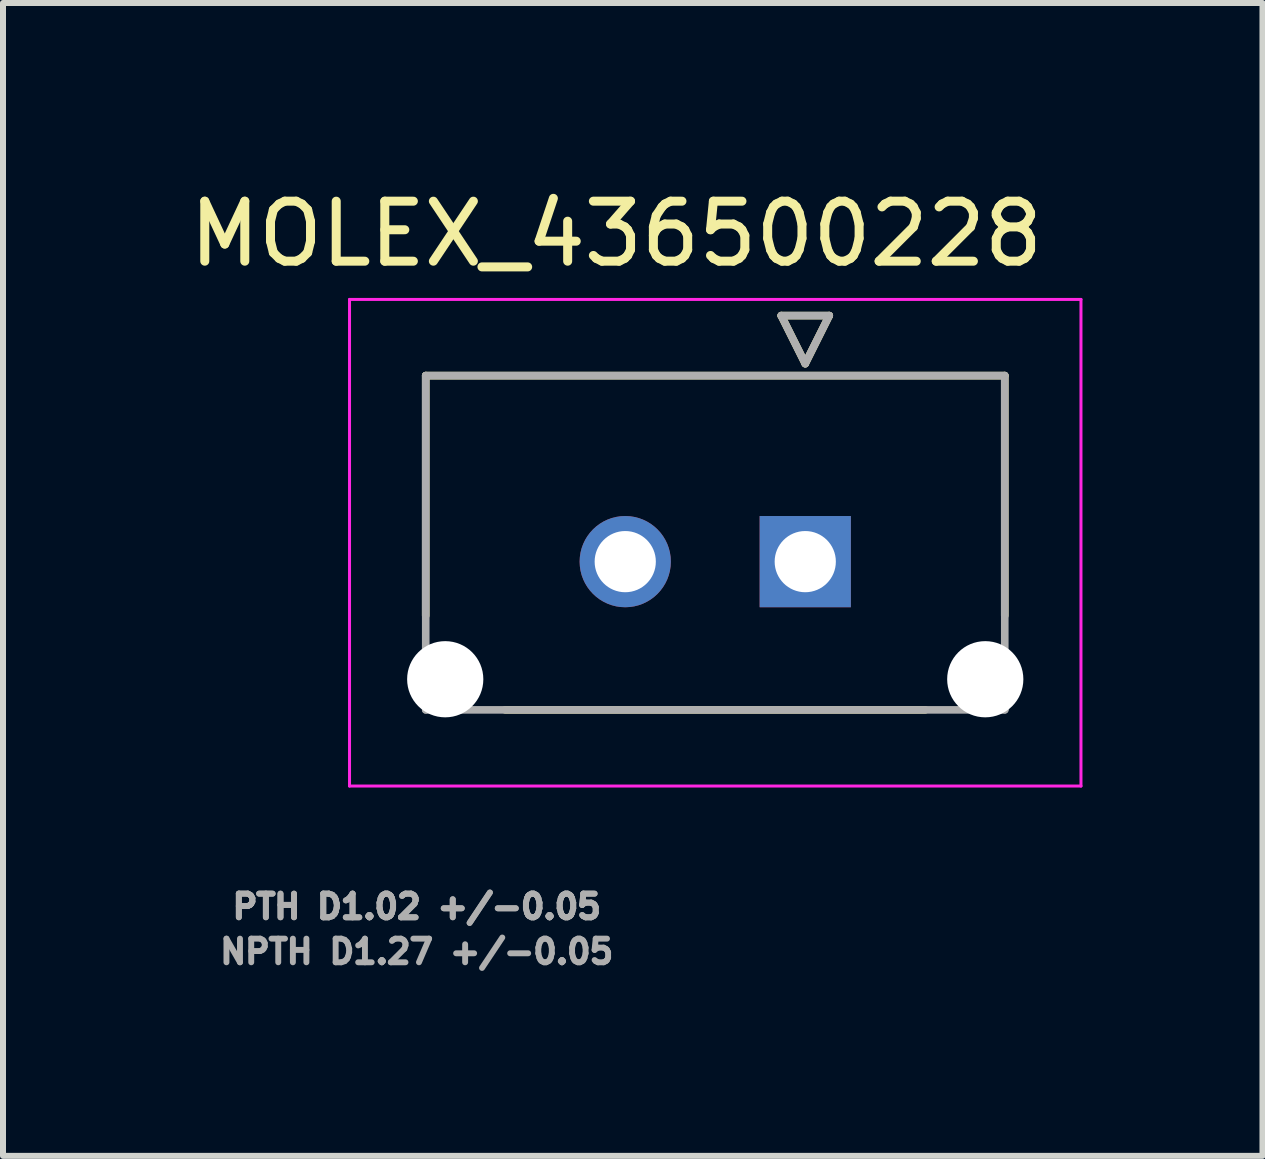
<source format=kicad_pcb>
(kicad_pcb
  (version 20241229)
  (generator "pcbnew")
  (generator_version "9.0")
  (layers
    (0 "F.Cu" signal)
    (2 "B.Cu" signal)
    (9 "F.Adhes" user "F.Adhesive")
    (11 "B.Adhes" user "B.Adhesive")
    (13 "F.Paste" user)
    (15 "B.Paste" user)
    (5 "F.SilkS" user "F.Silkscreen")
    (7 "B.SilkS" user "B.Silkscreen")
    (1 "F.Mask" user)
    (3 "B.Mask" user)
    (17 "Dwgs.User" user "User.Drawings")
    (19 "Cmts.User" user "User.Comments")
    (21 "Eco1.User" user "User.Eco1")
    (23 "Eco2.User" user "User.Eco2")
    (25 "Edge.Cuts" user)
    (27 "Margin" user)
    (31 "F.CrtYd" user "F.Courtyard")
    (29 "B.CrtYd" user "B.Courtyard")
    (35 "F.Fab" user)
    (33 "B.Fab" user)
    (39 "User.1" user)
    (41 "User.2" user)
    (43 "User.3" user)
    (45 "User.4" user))
  (footprint "MOLEX_436500228"
    (layer "F.Cu")
    (at 10.37 6.31)
    (property "Reference" "MOLEX_436500228" (at -3.15 -5.462 0) (layer "F.SilkS") (effects (font (size 1 1) (thickness 0.15))))
    (attr through_hole)
    (fp_circle (center -6 1.96) (end -5.644 1.96) (stroke (width 0.711) (type solid)) (fill no) (layer "F.Mask"))
    (fp_circle (center -3 0) (end -2.582 0) (stroke (width 0.836) (type solid)) (fill no) (layer "F.Mask"))
    (fp_circle (center 3 1.96) (end 3.356 1.96) (stroke (width 0.711) (type solid)) (fill no) (layer "F.Mask"))
    (fp_poly (pts (xy -0.836 -0.836) (xy 0.836 -0.836) (xy 0.836 0.836) (xy -0.836 0.836)) (stroke (width 0.01) (type solid)) (fill yes) (layer "F.Mask"))
    (fp_circle (center -6 1.96) (end -5.644 1.96) (stroke (width 0.711) (type solid)) (fill no) (layer "B.Mask"))
    (fp_circle (center -3 0) (end -2.582 0) (stroke (width 0.836) (type solid)) (fill no) (layer "B.Mask"))
    (fp_circle (center 3 1.96) (end 3.356 1.96) (stroke (width 0.711) (type solid)) (fill no) (layer "B.Mask"))
    (fp_poly (pts (xy -0.836 -0.836) (xy 0.836 -0.836) (xy 0.836 0.836) (xy -0.836 0.836)) (stroke (width 0.01) (type solid)) (fill yes) (layer "B.Mask"))
    (fp_line (start -6.325 -3.1) (end -6.325 0.9) (stroke (width 0.127) (type solid)) (layer "F.SilkS"))
    (fp_line (start -6.325 -3.1) (end 3.325 -3.1) (stroke (width 0.127) (type solid)) (layer "F.SilkS"))
    (fp_line (start -0.4 -4.1) (end 0.4 -4.1) (stroke (width 0.127) (type solid)) (layer "F.SilkS"))
    (fp_line (start 0 -3.3) (end -0.4 -4.1) (stroke (width 0.127) (type solid)) (layer "F.SilkS"))
    (fp_line (start 0.4 -4.1) (end 0 -3.3) (stroke (width 0.127) (type solid)) (layer "F.SilkS"))
    (fp_line (start 2 2.47) (end -5 2.47) (stroke (width 0.127) (type solid)) (layer "F.SilkS"))
    (fp_line (start 3.325 -3.1) (end 3.325 0.9) (stroke (width 0.127) (type solid)) (layer "F.SilkS"))
    (fp_line (start -7.595 -4.37) (end 4.595 -4.37) (stroke (width 0.05) (type solid)) (layer "F.CrtYd"))
    (fp_line (start -7.595 3.74) (end -7.595 -4.37) (stroke (width 0.05) (type solid)) (layer "F.CrtYd"))
    (fp_line (start 4.595 3.74) (end -7.595 3.74) (stroke (width 0.05) (type solid)) (layer "F.CrtYd"))
    (fp_line (start 4.595 3.74) (end 4.595 -4.37) (stroke (width 0.05) (type solid)) (layer "F.CrtYd"))
    (fp_line (start -6.325 -3.1) (end 3.325 -3.1) (stroke (width 0.127) (type solid)) (layer "F.Fab"))
    (fp_line (start -6.325 2.47) (end -6.325 -3.1) (stroke (width 0.127) (type solid)) (layer "F.Fab"))
    (fp_line (start -0.4 -4.1) (end 0.4 -4.1) (stroke (width 0.127) (type solid)) (layer "F.Fab"))
    (fp_line (start 0 -3.3) (end -0.4 -4.1) (stroke (width 0.127) (type solid)) (layer "F.Fab"))
    (fp_line (start 0.4 -4.1) (end 0 -3.3) (stroke (width 0.127) (type solid)) (layer "F.Fab"))
    (fp_line (start 3.325 2.47) (end -6.325 2.47) (stroke (width 0.127) (type solid)) (layer "F.Fab"))
    (fp_line (start 3.325 2.47) (end 3.325 -3.1) (stroke (width 0.127) (type solid)) (layer "F.Fab"))
    (fp_text user "PTH D1.02 +/-0.05 " (at -6.325 5.75 0) (layer "F.Fab") (effects (font (size 0.394 0.394) (thickness 0.15))))
    (fp_text user "PTH D1.02 +/-0.05 " (at -6.325 5.75 0) (layer "F.Fab") (effects (font (size 0.394 0.394) (thickness 0.15))))
    (fp_text user "NPTH D1.27 +/-0.05 " (at -6.325 6.5 0) (layer "F.Fab") (effects (font (size 0.394 0.394) (thickness 0.15))))
    (pad "" np_thru_hole circle (at -6 1.96) (size 1.27 1.27) (drill 1.27) (layers "*.Cu" "*.Mask"))
    (pad "" np_thru_hole circle (at 3 1.96) (size 1.27 1.27) (drill 1.27) (layers "*.Cu" "*.Mask"))
    (pad "1" thru_hole rect (at 0 0) (size 1.52 1.52) (drill 1.02) (layers "*.Cu"))
    (pad "2" thru_hole circle (at -3 0) (size 1.52 1.52) (drill 1.02) (layers "*.Cu")))
  (gr_rect
    (start -3 -3)
    (end 17.99 16.213)
    (stroke (width 0.1) (type default))
    (fill no)
    (layer "Edge.Cuts")))
</source>
